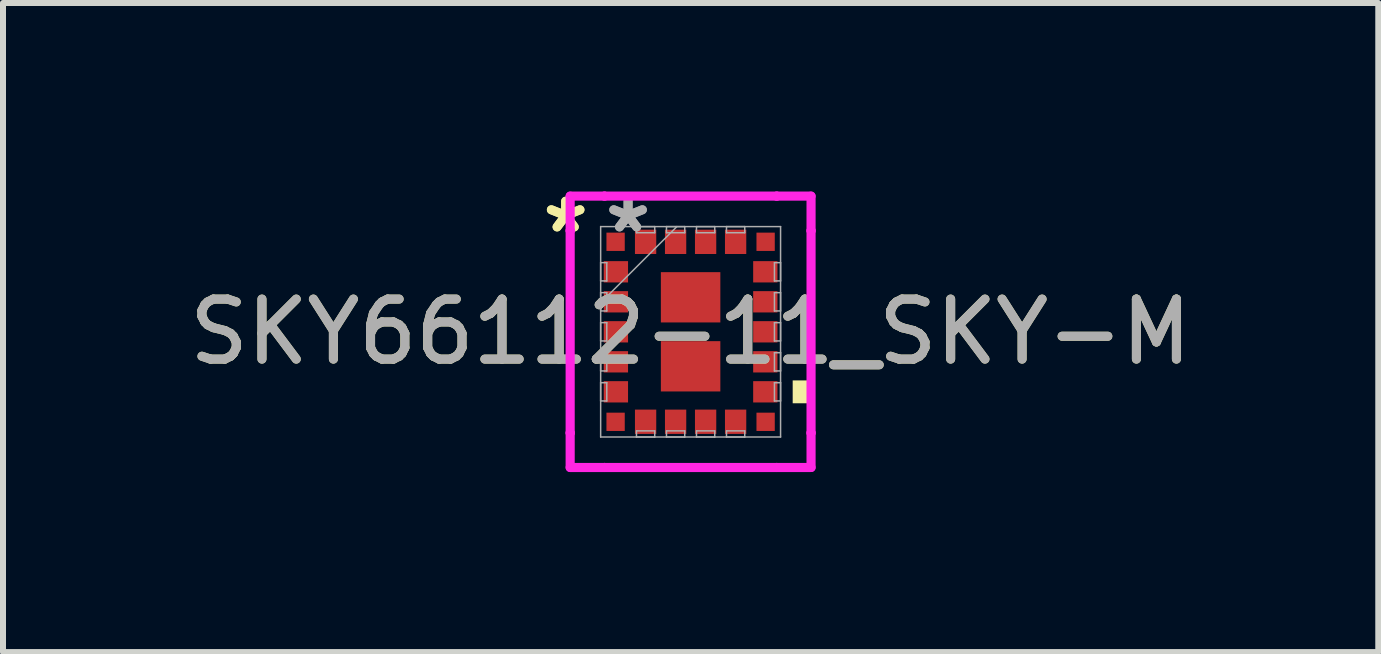
<source format=kicad_pcb>
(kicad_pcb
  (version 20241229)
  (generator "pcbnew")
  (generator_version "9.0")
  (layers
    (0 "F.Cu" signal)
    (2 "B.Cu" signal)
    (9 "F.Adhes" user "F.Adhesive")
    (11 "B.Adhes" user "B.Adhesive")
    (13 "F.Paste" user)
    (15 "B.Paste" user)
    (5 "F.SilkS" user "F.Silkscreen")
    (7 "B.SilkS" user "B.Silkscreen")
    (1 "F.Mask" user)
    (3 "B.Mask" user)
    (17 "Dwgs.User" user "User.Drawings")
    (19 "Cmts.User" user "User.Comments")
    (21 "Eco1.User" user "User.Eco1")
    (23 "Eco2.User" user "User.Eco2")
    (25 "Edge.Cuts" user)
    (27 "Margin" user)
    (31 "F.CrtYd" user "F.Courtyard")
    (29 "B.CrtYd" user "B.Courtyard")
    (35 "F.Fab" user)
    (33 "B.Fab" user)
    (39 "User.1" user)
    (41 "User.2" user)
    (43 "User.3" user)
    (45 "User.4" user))
  (footprint "SKY66112-11_SKY-M"
    (layer "F.Cu")
    (at 8.458 2.479)
    (property "Reference" "SKY66112-11_SKY-M" (at 0 0 0) (unlocked yes) (layer "F.SilkS") (effects (font (size 1 1) (thickness 0.15))))
    (attr smd)
    (fp_poly (pts (xy 1.955 0.81) (xy 1.955 1.191) (xy 1.701 1.191) (xy 1.701 0.81)) (stroke (width 0) (type solid)) (fill yes) (layer "F.SilkS"))
    (fp_line (start -2.007 -2.261) (end -1.435 -2.261) (stroke (width 0.152) (type solid)) (layer "F.CrtYd"))
    (fp_line (start -2.007 -1.685) (end -2.007 -2.261) (stroke (width 0.152) (type solid)) (layer "F.CrtYd"))
    (fp_line (start -2.007 -1.685) (end -2.007 -1.685) (stroke (width 0.152) (type solid)) (layer "F.CrtYd"))
    (fp_line (start -2.007 1.685) (end -2.007 -1.685) (stroke (width 0.152) (type solid)) (layer "F.CrtYd"))
    (fp_line (start -2.007 1.685) (end -2.007 1.685) (stroke (width 0.152) (type solid)) (layer "F.CrtYd"))
    (fp_line (start -2.007 2.261) (end -2.007 1.685) (stroke (width 0.152) (type solid)) (layer "F.CrtYd"))
    (fp_line (start -1.435 -2.261) (end -1.435 -2.261) (stroke (width 0.152) (type solid)) (layer "F.CrtYd"))
    (fp_line (start -1.435 -2.261) (end 1.435 -2.261) (stroke (width 0.152) (type solid)) (layer "F.CrtYd"))
    (fp_line (start -1.435 2.261) (end -2.007 2.261) (stroke (width 0.152) (type solid)) (layer "F.CrtYd"))
    (fp_line (start -1.435 2.261) (end -1.435 2.261) (stroke (width 0.152) (type solid)) (layer "F.CrtYd"))
    (fp_line (start 1.435 -2.261) (end 1.435 -2.261) (stroke (width 0.152) (type solid)) (layer "F.CrtYd"))
    (fp_line (start 1.435 -2.261) (end 2.007 -2.261) (stroke (width 0.152) (type solid)) (layer "F.CrtYd"))
    (fp_line (start 1.435 2.261) (end -1.435 2.261) (stroke (width 0.152) (type solid)) (layer "F.CrtYd"))
    (fp_line (start 1.435 2.261) (end 1.435 2.261) (stroke (width 0.152) (type solid)) (layer "F.CrtYd"))
    (fp_line (start 2.007 -2.261) (end 2.007 -1.685) (stroke (width 0.152) (type solid)) (layer "F.CrtYd"))
    (fp_line (start 2.007 -1.685) (end 2.007 -1.685) (stroke (width 0.152) (type solid)) (layer "F.CrtYd"))
    (fp_line (start 2.007 -1.685) (end 2.007 1.685) (stroke (width 0.152) (type solid)) (layer "F.CrtYd"))
    (fp_line (start 2.007 1.685) (end 2.007 1.685) (stroke (width 0.152) (type solid)) (layer "F.CrtYd"))
    (fp_line (start 2.007 1.685) (end 2.007 2.261) (stroke (width 0.152) (type solid)) (layer "F.CrtYd"))
    (fp_line (start 2.007 2.261) (end 1.435 2.261) (stroke (width 0.152) (type solid)) (layer "F.CrtYd"))
    (fp_line (start -1.499 -1.753) (end -1.499 1.753) (stroke (width 0.025) (type solid)) (layer "F.Fab"))
    (fp_line (start -1.499 -1.152) (end -1.397 -1.152) (stroke (width 0.025) (type solid)) (layer "F.Fab"))
    (fp_line (start -1.499 -0.848) (end -1.499 -1.152) (stroke (width 0.025) (type solid)) (layer "F.Fab"))
    (fp_line (start -1.499 -0.652) (end -1.397 -0.652) (stroke (width 0.025) (type solid)) (layer "F.Fab"))
    (fp_line (start -1.499 -0.483) (end -0.229 -1.753) (stroke (width 0.025) (type solid)) (layer "F.Fab"))
    (fp_line (start -1.499 -0.348) (end -1.499 -0.652) (stroke (width 0.025) (type solid)) (layer "F.Fab"))
    (fp_line (start -1.499 -0.152) (end -1.397 -0.152) (stroke (width 0.025) (type solid)) (layer "F.Fab"))
    (fp_line (start -1.499 0.152) (end -1.499 -0.152) (stroke (width 0.025) (type solid)) (layer "F.Fab"))
    (fp_line (start -1.499 0.348) (end -1.397 0.348) (stroke (width 0.025) (type solid)) (layer "F.Fab"))
    (fp_line (start -1.499 0.652) (end -1.499 0.348) (stroke (width 0.025) (type solid)) (layer "F.Fab"))
    (fp_line (start -1.499 0.848) (end -1.397 0.848) (stroke (width 0.025) (type solid)) (layer "F.Fab"))
    (fp_line (start -1.499 1.152) (end -1.499 0.848) (stroke (width 0.025) (type solid)) (layer "F.Fab"))
    (fp_line (start -1.499 1.753) (end 1.499 1.753) (stroke (width 0.025) (type solid)) (layer "F.Fab"))
    (fp_line (start -1.397 -1.152) (end -1.397 -0.848) (stroke (width 0.025) (type solid)) (layer "F.Fab"))
    (fp_line (start -1.397 -0.848) (end -1.499 -0.848) (stroke (width 0.025) (type solid)) (layer "F.Fab"))
    (fp_line (start -1.397 -0.652) (end -1.397 -0.348) (stroke (width 0.025) (type solid)) (layer "F.Fab"))
    (fp_line (start -1.397 -0.348) (end -1.499 -0.348) (stroke (width 0.025) (type solid)) (layer "F.Fab"))
    (fp_line (start -1.397 -0.152) (end -1.397 0.152) (stroke (width 0.025) (type solid)) (layer "F.Fab"))
    (fp_line (start -1.397 0.152) (end -1.499 0.152) (stroke (width 0.025) (type solid)) (layer "F.Fab"))
    (fp_line (start -1.397 0.348) (end -1.397 0.652) (stroke (width 0.025) (type solid)) (layer "F.Fab"))
    (fp_line (start -1.397 0.652) (end -1.499 0.652) (stroke (width 0.025) (type solid)) (layer "F.Fab"))
    (fp_line (start -1.397 0.848) (end -1.397 1.152) (stroke (width 0.025) (type solid)) (layer "F.Fab"))
    (fp_line (start -1.397 1.152) (end -1.499 1.152) (stroke (width 0.025) (type solid)) (layer "F.Fab"))
    (fp_line (start -0.902 -1.753) (end -0.598 -1.753) (stroke (width 0.025) (type solid)) (layer "F.Fab"))
    (fp_line (start -0.902 -1.651) (end -0.902 -1.753) (stroke (width 0.025) (type solid)) (layer "F.Fab"))
    (fp_line (start -0.902 1.651) (end -0.598 1.651) (stroke (width 0.025) (type solid)) (layer "F.Fab"))
    (fp_line (start -0.902 1.753) (end -0.902 1.651) (stroke (width 0.025) (type solid)) (layer "F.Fab"))
    (fp_line (start -0.598 -1.753) (end -0.598 -1.651) (stroke (width 0.025) (type solid)) (layer "F.Fab"))
    (fp_line (start -0.598 -1.651) (end -0.902 -1.651) (stroke (width 0.025) (type solid)) (layer "F.Fab"))
    (fp_line (start -0.598 1.651) (end -0.598 1.753) (stroke (width 0.025) (type solid)) (layer "F.Fab"))
    (fp_line (start -0.598 1.753) (end -0.902 1.753) (stroke (width 0.025) (type solid)) (layer "F.Fab"))
    (fp_line (start -0.402 -1.753) (end -0.098 -1.753) (stroke (width 0.025) (type solid)) (layer "F.Fab"))
    (fp_line (start -0.402 -1.651) (end -0.402 -1.753) (stroke (width 0.025) (type solid)) (layer "F.Fab"))
    (fp_line (start -0.402 1.651) (end -0.098 1.651) (stroke (width 0.025) (type solid)) (layer "F.Fab"))
    (fp_line (start -0.402 1.753) (end -0.402 1.651) (stroke (width 0.025) (type solid)) (layer "F.Fab"))
    (fp_line (start -0.098 -1.753) (end -0.098 -1.651) (stroke (width 0.025) (type solid)) (layer "F.Fab"))
    (fp_line (start -0.098 -1.651) (end -0.402 -1.651) (stroke (width 0.025) (type solid)) (layer "F.Fab"))
    (fp_line (start -0.098 1.651) (end -0.098 1.753) (stroke (width 0.025) (type solid)) (layer "F.Fab"))
    (fp_line (start -0.098 1.753) (end -0.402 1.753) (stroke (width 0.025) (type solid)) (layer "F.Fab"))
    (fp_line (start 0.098 -1.753) (end 0.402 -1.753) (stroke (width 0.025) (type solid)) (layer "F.Fab"))
    (fp_line (start 0.098 -1.651) (end 0.098 -1.753) (stroke (width 0.025) (type solid)) (layer "F.Fab"))
    (fp_line (start 0.098 1.651) (end 0.402 1.651) (stroke (width 0.025) (type solid)) (layer "F.Fab"))
    (fp_line (start 0.098 1.753) (end 0.098 1.651) (stroke (width 0.025) (type solid)) (layer "F.Fab"))
    (fp_line (start 0.402 -1.753) (end 0.402 -1.651) (stroke (width 0.025) (type solid)) (layer "F.Fab"))
    (fp_line (start 0.402 -1.651) (end 0.098 -1.651) (stroke (width 0.025) (type solid)) (layer "F.Fab"))
    (fp_line (start 0.402 1.651) (end 0.402 1.753) (stroke (width 0.025) (type solid)) (layer "F.Fab"))
    (fp_line (start 0.402 1.753) (end 0.098 1.753) (stroke (width 0.025) (type solid)) (layer "F.Fab"))
    (fp_line (start 0.598 -1.753) (end 0.902 -1.753) (stroke (width 0.025) (type solid)) (layer "F.Fab"))
    (fp_line (start 0.598 -1.651) (end 0.598 -1.753) (stroke (width 0.025) (type solid)) (layer "F.Fab"))
    (fp_line (start 0.598 1.651) (end 0.902 1.651) (stroke (width 0.025) (type solid)) (layer "F.Fab"))
    (fp_line (start 0.598 1.753) (end 0.598 1.651) (stroke (width 0.025) (type solid)) (layer "F.Fab"))
    (fp_line (start 0.902 -1.753) (end 0.902 -1.651) (stroke (width 0.025) (type solid)) (layer "F.Fab"))
    (fp_line (start 0.902 -1.651) (end 0.598 -1.651) (stroke (width 0.025) (type solid)) (layer "F.Fab"))
    (fp_line (start 0.902 1.651) (end 0.902 1.753) (stroke (width 0.025) (type solid)) (layer "F.Fab"))
    (fp_line (start 0.902 1.753) (end 0.598 1.753) (stroke (width 0.025) (type solid)) (layer "F.Fab"))
    (fp_line (start 1.397 -1.152) (end 1.499 -1.152) (stroke (width 0.025) (type solid)) (layer "F.Fab"))
    (fp_line (start 1.397 -0.848) (end 1.397 -1.152) (stroke (width 0.025) (type solid)) (layer "F.Fab"))
    (fp_line (start 1.397 -0.652) (end 1.499 -0.652) (stroke (width 0.025) (type solid)) (layer "F.Fab"))
    (fp_line (start 1.397 -0.348) (end 1.397 -0.652) (stroke (width 0.025) (type solid)) (layer "F.Fab"))
    (fp_line (start 1.397 -0.152) (end 1.499 -0.152) (stroke (width 0.025) (type solid)) (layer "F.Fab"))
    (fp_line (start 1.397 0.152) (end 1.397 -0.152) (stroke (width 0.025) (type solid)) (layer "F.Fab"))
    (fp_line (start 1.397 0.348) (end 1.499 0.348) (stroke (width 0.025) (type solid)) (layer "F.Fab"))
    (fp_line (start 1.397 0.652) (end 1.397 0.348) (stroke (width 0.025) (type solid)) (layer "F.Fab"))
    (fp_line (start 1.397 0.848) (end 1.499 0.848) (stroke (width 0.025) (type solid)) (layer "F.Fab"))
    (fp_line (start 1.397 1.152) (end 1.397 0.848) (stroke (width 0.025) (type solid)) (layer "F.Fab"))
    (fp_line (start 1.499 -1.753) (end -1.499 -1.753) (stroke (width 0.025) (type solid)) (layer "F.Fab"))
    (fp_line (start 1.499 -1.152) (end 1.499 -0.848) (stroke (width 0.025) (type solid)) (layer "F.Fab"))
    (fp_line (start 1.499 -0.848) (end 1.397 -0.848) (stroke (width 0.025) (type solid)) (layer "F.Fab"))
    (fp_line (start 1.499 -0.652) (end 1.499 -0.348) (stroke (width 0.025) (type solid)) (layer "F.Fab"))
    (fp_line (start 1.499 -0.348) (end 1.397 -0.348) (stroke (width 0.025) (type solid)) (layer "F.Fab"))
    (fp_line (start 1.499 -0.152) (end 1.499 0.152) (stroke (width 0.025) (type solid)) (layer "F.Fab"))
    (fp_line (start 1.499 0.152) (end 1.397 0.152) (stroke (width 0.025) (type solid)) (layer "F.Fab"))
    (fp_line (start 1.499 0.348) (end 1.499 0.652) (stroke (width 0.025) (type solid)) (layer "F.Fab"))
    (fp_line (start 1.499 0.652) (end 1.397 0.652) (stroke (width 0.025) (type solid)) (layer "F.Fab"))
    (fp_line (start 1.499 0.848) (end 1.499 1.152) (stroke (width 0.025) (type solid)) (layer "F.Fab"))
    (fp_line (start 1.499 1.152) (end 1.397 1.152) (stroke (width 0.025) (type solid)) (layer "F.Fab"))
    (fp_line (start 1.499 1.753) (end 1.499 -1.753) (stroke (width 0.025) (type solid)) (layer "F.Fab"))
    (fp_text user "*" (at -2.082 -1.631 0) (layer "F.SilkS") (effects (font (size 1 1) (thickness 0.15))))
    (fp_text user "*" (at -2.082 -1.631 0) (unlocked yes) (layer "F.SilkS") (effects (font (size 1 1) (thickness 0.15))))
    (fp_text user "*" (at -1.042 -1.631 0) (layer "F.Fab") (effects (font (size 1 1) (thickness 0.15))))
    (fp_text user "${REFERENCE}" (at 0 0 0) (unlocked yes) (layer "F.Fab") (effects (font (size 1 1) (thickness 0.15))))
    (fp_text user "*" (at -1.042 -1.631 0) (unlocked yes) (layer "F.Fab") (effects (font (size 1 1) (thickness 0.15))))
    (pad "1" smd rect (at -1.25 -1.5) (size 0.305 0.305) (layers "F.Cu" "F.Mask" "F.Paste"))
    (pad "2" smd rect (at -1.245 -1 90) (size 0.355 0.405) (layers "F.Cu" "F.Mask" "F.Paste"))
    (pad "3" smd rect (at -1.245 -0.5 90) (size 0.355 0.405) (layers "F.Cu" "F.Mask" "F.Paste"))
    (pad "4" smd rect (at -1.245 0 90) (size 0.355 0.405) (layers "F.Cu" "F.Mask" "F.Paste"))
    (pad "5" smd rect (at -1.245 0.5 90) (size 0.355 0.405) (layers "F.Cu" "F.Mask" "F.Paste"))
    (pad "6" smd rect (at -1.245 1 90) (size 0.355 0.405) (layers "F.Cu" "F.Mask" "F.Paste"))
    (pad "7" smd rect (at -1.25 1.5) (size 0.305 0.305) (layers "F.Cu" "F.Mask" "F.Paste"))
    (pad "8" smd rect (at -0.75 1.499) (size 0.355 0.405) (layers "F.Cu" "F.Mask" "F.Paste"))
    (pad "9" smd rect (at -0.25 1.499) (size 0.355 0.405) (layers "F.Cu" "F.Mask" "F.Paste"))
    (pad "10" smd rect (at 0.25 1.499) (size 0.355 0.405) (layers "F.Cu" "F.Mask" "F.Paste"))
    (pad "11" smd rect (at 0.75 1.499) (size 0.355 0.405) (layers "F.Cu" "F.Mask" "F.Paste"))
    (pad "12" smd rect (at 1.25 1.5) (size 0.305 0.305) (layers "F.Cu" "F.Mask" "F.Paste"))
    (pad "13" smd rect (at 1.245 1 90) (size 0.355 0.405) (layers "F.Cu" "F.Mask" "F.Paste"))
    (pad "14" smd rect (at 1.245 0.5 90) (size 0.355 0.405) (layers "F.Cu" "F.Mask" "F.Paste"))
    (pad "15" smd rect (at 1.245 0 90) (size 0.355 0.405) (layers "F.Cu" "F.Mask" "F.Paste"))
    (pad "16" smd rect (at 1.245 -0.5 90) (size 0.355 0.405) (layers "F.Cu" "F.Mask" "F.Paste"))
    (pad "17" smd rect (at 1.245 -1 90) (size 0.355 0.405) (layers "F.Cu" "F.Mask" "F.Paste"))
    (pad "18" smd rect (at 1.25 -1.5) (size 0.305 0.305) (layers "F.Cu" "F.Mask" "F.Paste"))
    (pad "19" smd rect (at 0.75 -1.499) (size 0.355 0.405) (layers "F.Cu" "F.Mask" "F.Paste"))
    (pad "20" smd rect (at 0.25 -1.499) (size 0.355 0.405) (layers "F.Cu" "F.Mask" "F.Paste"))
    (pad "21" smd rect (at -0.25 -1.499) (size 0.355 0.405) (layers "F.Cu" "F.Mask" "F.Paste"))
    (pad "22" smd rect (at -0.75 -1.499) (size 0.355 0.405) (layers "F.Cu" "F.Mask" "F.Paste"))
    (pad "23" smd rect (at 0 -0.575) (size 0.991 0.838) (layers "F.Cu" "F.Mask" "F.Paste"))
    (pad "24" smd rect (at 0 0.575) (size 0.991 0.838) (layers "F.Cu" "F.Mask" "F.Paste")))
  (gr_rect
    (start -3 -3)
    (end 19.917 7.816)
    (stroke (width 0.1) (type default))
    (fill no)
    (layer "Edge.Cuts")))
</source>
